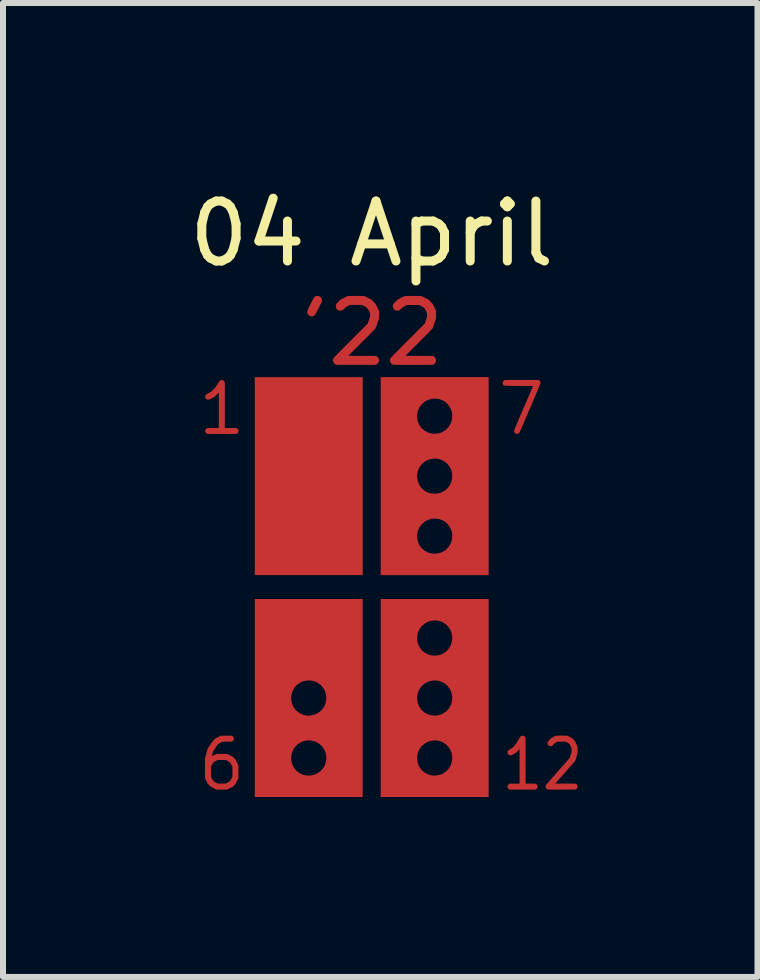
<source format=kicad_pcb>
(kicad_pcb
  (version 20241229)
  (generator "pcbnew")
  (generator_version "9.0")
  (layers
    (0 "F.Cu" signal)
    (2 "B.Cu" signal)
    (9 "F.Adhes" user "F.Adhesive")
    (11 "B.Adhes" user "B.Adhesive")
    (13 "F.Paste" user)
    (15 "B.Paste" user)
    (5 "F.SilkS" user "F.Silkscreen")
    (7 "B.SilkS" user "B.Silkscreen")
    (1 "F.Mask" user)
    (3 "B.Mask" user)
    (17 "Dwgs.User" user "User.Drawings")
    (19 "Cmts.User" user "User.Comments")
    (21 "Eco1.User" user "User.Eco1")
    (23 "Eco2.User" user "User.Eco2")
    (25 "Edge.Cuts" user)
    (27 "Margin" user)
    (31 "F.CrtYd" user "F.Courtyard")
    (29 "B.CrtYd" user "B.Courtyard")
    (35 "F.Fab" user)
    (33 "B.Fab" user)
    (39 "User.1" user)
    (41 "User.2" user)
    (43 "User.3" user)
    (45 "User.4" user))
  (footprint "04 April"
    (layer "F.Cu")
    (at 3.149 6.741)
    (property "Reference" "04 April" (at 0 -5.893 0) (unlocked yes) (layer "F.SilkS") (effects (font (size 1 1) (thickness 0.15))))
    (attr smd)
    (pad "1" smd custom (at -2.718 2.996) (size 0.01 0.01) (layers "F.Cu" "F.Mask" "F.Paste") (options (anchor circle)) (primitives (gr_poly (pts (xy 0.312 -0.518) (xy 0.329 -0.518) (xy 0.342 -0.518) (xy 0.354 -0.518) (xy 0.363 -0.517) (xy 0.37 -0.517) (xy 0.376 -0.517) (xy 0.38 -0.517) (xy 0.383 -0.516) (xy 0.385 -0.516) (xy 0.387 -0.515) (xy 0.389 -0.515) (xy 0.39 -0.514) (xy 0.399 -0.508) (xy 0.408 -0.5) (xy 0.414 -0.49) (xy 0.415 -0.489) (xy 0.417 -0.484) (xy 0.418 -0.479) (xy 0.419 -0.472) (xy 0.419 -0.468) (xy 0.418 -0.46) (xy 0.418 -0.454) (xy 0.416 -0.449) (xy 0.415 -0.447) (xy 0.408 -0.437) (xy 0.4 -0.429) (xy 0.391 -0.423) (xy 0.39 -0.422) (xy 0.388 -0.421) (xy 0.386 -0.421) (xy 0.384 -0.42) (xy 0.381 -0.42) (xy 0.376 -0.419) (xy 0.371 -0.419) (xy 0.364 -0.419) (xy 0.355 -0.418) (xy 0.344 -0.418) (xy 0.33 -0.418) (xy 0.313 -0.418) (xy 0.305 -0.418) (xy 0.227 -0.417) (xy 0.199 -0.403) (xy 0.189 -0.398) (xy 0.182 -0.394) (xy 0.176 -0.39) (xy 0.171 -0.387) (xy 0.167 -0.383) (xy 0.162 -0.379) (xy 0.157 -0.374) (xy 0.155 -0.372) (xy 0.15 -0.367) (xy 0.145 -0.362) (xy 0.141 -0.356) (xy 0.135 -0.349) (xy 0.129 -0.341) (xy 0.122 -0.331) (xy 0.114 -0.319) (xy 0.106 -0.306) (xy 0.072 -0.257) (xy 0.063 -0.219) (xy 0.06 -0.208) (xy 0.057 -0.198) (xy 0.055 -0.19) (xy 0.054 -0.184) (xy 0.053 -0.18) (xy 0.053 -0.179) (xy 0.054 -0.179) (xy 0.058 -0.18) (xy 0.064 -0.183) (xy 0.072 -0.187) (xy 0.081 -0.191) (xy 0.09 -0.195) (xy 0.128 -0.214) (xy 0.307 -0.214) (xy 0.399 -0.168) (xy 0.424 -0.143) (xy 0.449 -0.118) (xy 0.472 -0.072) (xy 0.495 -0.026) (xy 0.495 0.193) (xy 0.472 0.239) (xy 0.449 0.285) (xy 0.424 0.31) (xy 0.399 0.335) (xy 0.353 0.358) (xy 0.307 0.381) (xy 0.22 0.381) (xy 0.199 0.381) (xy 0.182 0.381) (xy 0.168 0.381) (xy 0.156 0.381) (xy 0.146 0.381) (xy 0.138 0.38) (xy 0.133 0.38) (xy 0.129 0.38) (xy 0.127 0.379) (xy 0.126 0.379) (xy 0.123 0.378) (xy 0.118 0.375) (xy 0.11 0.372) (xy 0.1 0.367) (xy 0.09 0.362) (xy 0.079 0.356) (xy 0.077 0.355) (xy 0.034 0.334) (xy 0.009 0.309) (xy -0.017 0.284) (xy -0.039 0.238) (xy -0.062 0.193) (xy -0.062 0.167) (xy 0.038 0.167) (xy 0.053 0.196) (xy 0.058 0.206) (xy 0.062 0.214) (xy 0.065 0.22) (xy 0.069 0.225) (xy 0.072 0.229) (xy 0.076 0.233) (xy 0.08 0.238) (xy 0.08 0.238) (xy 0.085 0.243) (xy 0.089 0.246) (xy 0.094 0.25) (xy 0.099 0.253) (xy 0.106 0.257) (xy 0.114 0.261) (xy 0.123 0.266) (xy 0.153 0.281) (xy 0.217 0.281) (xy 0.281 0.281) (xy 0.309 0.267) (xy 0.319 0.261) (xy 0.327 0.257) (xy 0.333 0.254) (xy 0.338 0.251) (xy 0.343 0.247) (xy 0.347 0.243) (xy 0.351 0.239) (xy 0.356 0.234) (xy 0.36 0.23) (xy 0.363 0.226) (xy 0.367 0.221) (xy 0.37 0.216) (xy 0.374 0.208) (xy 0.379 0.198) (xy 0.38 0.196) (xy 0.395 0.167) (xy 0.395 0) (xy 0.38 -0.029) (xy 0.375 -0.039) (xy 0.371 -0.047) (xy 0.367 -0.053) (xy 0.364 -0.058) (xy 0.361 -0.062) (xy 0.357 -0.066) (xy 0.353 -0.071) (xy 0.351 -0.072) (xy 0.346 -0.077) (xy 0.342 -0.081) (xy 0.337 -0.084) (xy 0.332 -0.088) (xy 0.326 -0.091) (xy 0.318 -0.095) (xy 0.309 -0.1) (xy 0.281 -0.114) (xy 0.154 -0.114) (xy 0.123 -0.099) (xy 0.113 -0.094) (xy 0.105 -0.089) (xy 0.099 -0.086) (xy 0.093 -0.083) (xy 0.089 -0.079) (xy 0.085 -0.076) (xy 0.08 -0.071) (xy 0.076 -0.067) (xy 0.072 -0.063) (xy 0.069 -0.059) (xy 0.066 -0.054) (xy 0.062 -0.048) (xy 0.058 -0.04) (xy 0.053 -0.03) (xy 0.053 -0.029) (xy 0.038 0) (xy 0.038 0.167) (xy -0.062 0.167) (xy -0.062 0.031) (xy -0.063 -0.132) (xy -0.042 -0.215) (xy -0.038 -0.231) (xy -0.034 -0.246) (xy -0.03 -0.261) (xy -0.027 -0.273) (xy -0.024 -0.284) (xy -0.022 -0.293) (xy -0.02 -0.299) (xy -0.019 -0.302) (xy -0.018 -0.303) (xy -0.017 -0.305) (xy -0.014 -0.31) (xy -0.009 -0.316) (xy -0.003 -0.325) (xy 0.003 -0.335) (xy 0.011 -0.347) (xy 0.019 -0.359) (xy 0.025 -0.367) (xy 0.034 -0.381) (xy 0.043 -0.393) (xy 0.049 -0.403) (xy 0.055 -0.411) (xy 0.06 -0.418) (xy 0.064 -0.423) (xy 0.069 -0.428) (xy 0.073 -0.433) (xy 0.077 -0.438) (xy 0.082 -0.442) (xy 0.087 -0.448) (xy 0.088 -0.449) (xy 0.111 -0.472) (xy 0.157 -0.495) (xy 0.203 -0.518) (xy 0.293 -0.518)) (width 0) (fill yes))))
    (pad "1" smd custom (at -2.515 -2.794) (size 0.01 0.01) (layers "F.Cu" "F.Mask" "F.Paste") (options (anchor circle)) (primitives (gr_poly (pts (xy 0.025 -0.658) (xy 0.037 -0.654) (xy 0.047 -0.647) (xy 0.055 -0.639) (xy 0.061 -0.629) (xy 0.065 -0.622) (xy 0.065 0.14) (xy 0.161 0.141) (xy 0.182 0.141) (xy 0.199 0.141) (xy 0.213 0.141) (xy 0.225 0.141) (xy 0.235 0.141) (xy 0.243 0.142) (xy 0.249 0.142) (xy 0.253 0.142) (xy 0.257 0.143) (xy 0.26 0.143) (xy 0.262 0.144) (xy 0.264 0.144) (xy 0.265 0.145) (xy 0.275 0.151) (xy 0.283 0.159) (xy 0.289 0.169) (xy 0.29 0.17) (xy 0.292 0.175) (xy 0.293 0.18) (xy 0.294 0.187) (xy 0.294 0.191) (xy 0.294 0.199) (xy 0.293 0.205) (xy 0.291 0.21) (xy 0.29 0.212) (xy 0.283 0.222) (xy 0.275 0.23) (xy 0.266 0.236) (xy 0.265 0.237) (xy 0.257 0.24) (xy 0.018 0.241) (xy -0.014 0.241) (xy -0.044 0.241) (xy -0.071 0.241) (xy -0.095 0.241) (xy -0.116 0.241) (xy -0.135 0.241) (xy -0.152 0.241) (xy -0.166 0.241) (xy -0.178 0.241) (xy -0.189 0.241) (xy -0.198 0.24) (xy -0.205 0.24) (xy -0.211 0.24) (xy -0.216 0.24) (xy -0.22 0.24) (xy -0.223 0.239) (xy -0.225 0.239) (xy -0.227 0.239) (xy -0.228 0.238) (xy -0.229 0.238) (xy -0.24 0.233) (xy -0.249 0.225) (xy -0.255 0.216) (xy -0.26 0.206) (xy -0.262 0.196) (xy -0.262 0.185) (xy -0.259 0.174) (xy -0.255 0.164) (xy -0.248 0.155) (xy -0.238 0.148) (xy -0.233 0.145) (xy -0.231 0.144) (xy -0.23 0.144) (xy -0.228 0.143) (xy -0.225 0.143) (xy -0.221 0.142) (xy -0.217 0.142) (xy -0.21 0.142) (xy -0.202 0.141) (xy -0.193 0.141) (xy -0.181 0.141) (xy -0.166 0.141) (xy -0.149 0.141) (xy -0.13 0.141) (xy -0.035 0.14) (xy -0.035 -0.449) (xy -0.071 -0.413) (xy -0.107 -0.377) (xy -0.198 -0.332) (xy -0.212 -0.332) (xy -0.22 -0.332) (xy -0.226 -0.333) (xy -0.231 -0.334) (xy -0.234 -0.336) (xy -0.244 -0.343) (xy -0.253 -0.352) (xy -0.258 -0.36) (xy -0.261 -0.369) (xy -0.262 -0.379) (xy -0.261 -0.39) (xy -0.259 -0.399) (xy -0.258 -0.402) (xy -0.256 -0.407) (xy -0.253 -0.411) (xy -0.249 -0.415) (xy -0.244 -0.419) (xy -0.238 -0.424) (xy -0.229 -0.428) (xy -0.219 -0.434) (xy -0.206 -0.441) (xy -0.204 -0.442) (xy -0.166 -0.461) (xy -0.131 -0.497) (xy -0.095 -0.533) (xy -0.058 -0.588) (xy -0.048 -0.603) (xy -0.04 -0.616) (xy -0.033 -0.626) (xy -0.027 -0.634) (xy -0.022 -0.64) (xy -0.018 -0.645) (xy -0.014 -0.649) (xy -0.011 -0.652) (xy -0.007 -0.654) (xy -0.003 -0.655) (xy 0.001 -0.657) (xy 0.001 -0.657) (xy 0.013 -0.659)) (width 0) (fill yes))))
    (pad "1" smd custom (at -1.651 3.192) (size 0.2 0.2) (layers "F.Cu" "F.Mask" "F.Paste") (options (anchor circle)) (primitives (gr_poly (pts (xy -0.299 -2.993) (xy 1.501 -2.993) (xy 1.501 -1.342) (xy 0.895 -1.342) (xy 0.886 -1.416) (xy 0.861 -1.482) (xy 0.822 -1.539) (xy 0.771 -1.584) (xy 0.712 -1.616) (xy 0.645 -1.633) (xy 0.575 -1.635) (xy 0.503 -1.619) (xy 0.476 -1.608) (xy 0.414 -1.57) (xy 0.366 -1.52) (xy 0.332 -1.46) (xy 0.312 -1.395) (xy 0.307 -1.327) (xy 0.318 -1.259) (xy 0.345 -1.194) (xy 0.389 -1.137) (xy 0.392 -1.133) (xy 0.45 -1.088) (xy 0.514 -1.06) (xy 0.58 -1.048) (xy 0.645 -1.052) (xy 0.709 -1.069) (xy 0.767 -1.1) (xy 0.817 -1.143) (xy 0.857 -1.197) (xy 0.883 -1.26) (xy 0.895 -1.333) (xy 0.895 -1.342) (xy 1.501 -1.342) (xy 1.501 -0.342) (xy 0.895 -0.342) (xy 0.886 -0.416) (xy 0.861 -0.482) (xy 0.822 -0.538) (xy 0.771 -0.583) (xy 0.712 -0.615) (xy 0.645 -0.633) (xy 0.575 -0.635) (xy 0.503 -0.619) (xy 0.476 -0.608) (xy 0.414 -0.57) (xy 0.366 -0.519) (xy 0.332 -0.46) (xy 0.312 -0.394) (xy 0.307 -0.326) (xy 0.318 -0.258) (xy 0.345 -0.194) (xy 0.389 -0.136) (xy 0.392 -0.133) (xy 0.45 -0.087) (xy 0.514 -0.059) (xy 0.58 -0.048) (xy 0.645 -0.051) (xy 0.709 -0.069) (xy 0.767 -0.1) (xy 0.817 -0.143) (xy 0.857 -0.196) (xy 0.883 -0.26) (xy 0.895 -0.332) (xy 0.895 -0.342) (xy 1.501 -0.342) (xy 1.501 0.309) (xy -0.299 0.309)) (width 0) (fill yes))))
    (pad "1" smd custom (at -1.448 -0.432) (size 0.01 0.01) (layers "F.Cu" "F.Mask" "F.Paste") (options (anchor circle)) (primitives (gr_poly (pts (xy 1.298 0.232) (xy -0.502 0.232) (xy -0.502 -3.069) (xy 1.298 -3.069)) (width 0) (fill yes))))
    (pad "1" smd custom (at -0.914 -4.75) (size 0.01 0.01) (layers "F.Cu" "F.Mask" "F.Paste") (options (anchor circle)) (primitives (gr_poly (pts (xy 0.028 -0.104) (xy 0.043 -0.099) (xy 0.057 -0.09) (xy 0.063 -0.085) (xy 0.074 -0.071) (xy 0.08 -0.057) (xy 0.083 -0.04) (xy 0.084 -0.031) (xy 0.084 -0.012) (xy 0.03 0.095) (xy 0.017 0.122) (xy 0.005 0.144) (xy -0.004 0.163) (xy -0.013 0.178) (xy -0.02 0.191) (xy -0.026 0.201) (xy -0.031 0.208) (xy -0.036 0.214) (xy -0.04 0.219) (xy -0.045 0.222) (xy -0.05 0.225) (xy -0.055 0.228) (xy -0.056 0.228) (xy -0.068 0.232) (xy -0.082 0.234) (xy -0.097 0.234) (xy -0.109 0.231) (xy -0.109 0.231) (xy -0.126 0.223) (xy -0.14 0.212) (xy -0.151 0.197) (xy -0.159 0.181) (xy -0.162 0.163) (xy -0.162 0.152) (xy -0.16 0.146) (xy -0.157 0.137) (xy -0.151 0.124) (xy -0.144 0.109) (xy -0.136 0.091) (xy -0.127 0.072) (xy -0.117 0.052) (xy -0.107 0.031) (xy -0.097 0.011) (xy -0.086 -0.009) (xy -0.077 -0.028) (xy -0.067 -0.045) (xy -0.059 -0.06) (xy -0.052 -0.072) (xy -0.047 -0.08) (xy -0.043 -0.085) (xy -0.031 -0.095) (xy -0.018 -0.102) (xy -0.003 -0.105) (xy 0.01 -0.106)) (width 0) (fill yes))))
    (pad "1" smd custom (at 0.076 -4.572) (size 0.01 0.01) (layers "F.Cu" "F.Mask" "F.Paste") (options (anchor circle)) (primitives (gr_poly (pts (xy -0.263 -0.284) (xy -0.244 -0.284) (xy -0.229 -0.284) (xy -0.218 -0.283) (xy -0.209 -0.283) (xy -0.203 -0.282) (xy -0.199 -0.282) (xy -0.199 -0.282) (xy -0.194 -0.28) (xy -0.185 -0.276) (xy -0.173 -0.27) (xy -0.16 -0.263) (xy -0.145 -0.256) (xy -0.136 -0.251) (xy -0.083 -0.224) (xy -0.014 -0.155) (xy 0.014 -0.102) (xy 0.021 -0.086) (xy 0.029 -0.072) (xy 0.035 -0.059) (xy 0.04 -0.048) (xy 0.043 -0.041) (xy 0.044 -0.039) (xy 0.045 -0.033) (xy 0.046 -0.025) (xy 0.046 -0.014) (xy 0.047 0.001) (xy 0.047 0.021) (xy 0.046 0.033) (xy 0.046 0.095) (xy 0.02 0.168) (xy 0.014 0.187) (xy 0.008 0.204) (xy 0.002 0.22) (xy -0.003 0.233) (xy -0.006 0.243) (xy -0.009 0.25) (xy -0.009 0.251) (xy -0.011 0.254) (xy -0.014 0.258) (xy -0.02 0.264) (xy -0.027 0.272) (xy -0.037 0.283) (xy -0.05 0.296) (xy -0.064 0.311) (xy -0.082 0.329) (xy -0.102 0.35) (xy -0.125 0.373) (xy -0.152 0.399) (xy -0.181 0.429) (xy -0.214 0.462) (xy -0.24 0.488) (xy -0.466 0.715) (xy -0.237 0.716) (xy -0.199 0.716) (xy -0.165 0.716) (xy -0.135 0.716) (xy -0.109 0.716) (xy -0.087 0.716) (xy -0.068 0.716) (xy -0.052 0.716) (xy -0.039 0.717) (xy -0.029 0.717) (xy -0.021 0.717) (xy -0.014 0.718) (xy -0.009 0.718) (xy -0.006 0.719) (xy -0.003 0.719) (xy -0.000429 0.72) (xy 0.002 0.721) (xy 0.003 0.722) (xy 0.017 0.73) (xy 0.029 0.743) (xy 0.039 0.757) (xy 0.04 0.758) (xy 0.043 0.766) (xy 0.045 0.775) (xy 0.046 0.785) (xy 0.046 0.79) (xy 0.045 0.802) (xy 0.044 0.811) (xy 0.041 0.819) (xy 0.04 0.822) (xy 0.03 0.837) (xy 0.018 0.85) (xy 0.004 0.859) (xy 0.003 0.859) (xy -0.009 0.865) (xy -0.334 0.865) (xy -0.381 0.865) (xy -0.423 0.865) (xy -0.461 0.865) (xy -0.495 0.865) (xy -0.524 0.865) (xy -0.55 0.865) (xy -0.573 0.865) (xy -0.592 0.865) (xy -0.609 0.865) (xy -0.623 0.865) (xy -0.635 0.865) (xy -0.644 0.864) (xy -0.652 0.864) (xy -0.658 0.864) (xy -0.662 0.863) (xy -0.666 0.863) (xy -0.669 0.862) (xy -0.671 0.862) (xy -0.672 0.861) (xy -0.689 0.853) (xy -0.702 0.842) (xy -0.713 0.827) (xy -0.719 0.811) (xy -0.722 0.793) (xy -0.721 0.775) (xy -0.715 0.758) (xy -0.714 0.756) (xy -0.712 0.753) (xy -0.708 0.748) (xy -0.703 0.743) (xy -0.697 0.736) (xy -0.689 0.727) (xy -0.679 0.717) (xy -0.667 0.704) (xy -0.653 0.69) (xy -0.637 0.674) (xy -0.618 0.655) (xy -0.597 0.633) (xy -0.573 0.609) (xy -0.547 0.582) (xy -0.517 0.553) (xy -0.484 0.52) (xy -0.448 0.484) (xy -0.426 0.461) (xy -0.142 0.177) (xy -0.104 0.063) (xy -0.104 0.032) (xy -0.104 0.001) (xy -0.12 -0.031) (xy -0.128 -0.045) (xy -0.134 -0.057) (xy -0.141 -0.066) (xy -0.148 -0.074) (xy -0.154 -0.081) (xy -0.162 -0.089) (xy -0.17 -0.095) (xy -0.178 -0.101) (xy -0.187 -0.107) (xy -0.2 -0.114) (xy -0.205 -0.116) (xy -0.239 -0.134) (xy -0.438 -0.134) (xy -0.471 -0.117) (xy -0.484 -0.111) (xy -0.494 -0.105) (xy -0.503 -0.099) (xy -0.511 -0.093) (xy -0.52 -0.085) (xy -0.53 -0.075) (xy -0.544 -0.062) (xy -0.555 -0.053) (xy -0.564 -0.046) (xy -0.574 -0.042) (xy -0.583 -0.04) (xy -0.594 -0.039) (xy -0.6 -0.038) (xy -0.618 -0.04) (xy -0.633 -0.045) (xy -0.647 -0.054) (xy -0.653 -0.059) (xy -0.664 -0.073) (xy -0.671 -0.087) (xy -0.674 -0.104) (xy -0.674 -0.113) (xy -0.674 -0.123) (xy -0.673 -0.133) (xy -0.67 -0.141) (xy -0.666 -0.149) (xy -0.659 -0.158) (xy -0.65 -0.169) (xy -0.638 -0.181) (xy -0.629 -0.191) (xy -0.595 -0.224) (xy -0.536 -0.254) (xy -0.476 -0.283) (xy -0.343 -0.284) (xy -0.312 -0.284) (xy -0.285 -0.284)) (width 0) (fill yes))))
    (pad "1" smd custom (at 0.381 -1.524) (size 0.2 0.2) (layers "F.Cu" "F.Mask" "F.Paste") (options (anchor circle)) (primitives (gr_poly (pts (xy 1.569 1.325) (xy -0.231 1.325) (xy -0.231 0.674) (xy 0.375 0.674) (xy 0.384 0.749) (xy 0.409 0.815) (xy 0.448 0.871) (xy 0.499 0.916) (xy 0.558 0.948) (xy 0.625 0.966) (xy 0.695 0.967) (xy 0.767 0.951) (xy 0.794 0.941) (xy 0.856 0.902) (xy 0.904 0.852) (xy 0.938 0.793) (xy 0.958 0.727) (xy 0.963 0.659) (xy 0.952 0.591) (xy 0.925 0.527) (xy 0.881 0.469) (xy 0.878 0.466) (xy 0.82 0.42) (xy 0.756 0.392) (xy 0.69 0.381) (xy 0.625 0.384) (xy 0.561 0.402) (xy 0.503 0.433) (xy 0.453 0.475) (xy 0.413 0.529) (xy 0.387 0.593) (xy 0.375 0.665) (xy 0.375 0.674) (xy -0.231 0.674) (xy -0.231 -0.326) (xy 0.375 -0.326) (xy 0.384 -0.252) (xy 0.409 -0.186) (xy 0.448 -0.129) (xy 0.499 -0.084) (xy 0.558 -0.052) (xy 0.625 -0.035) (xy 0.695 -0.033) (xy 0.767 -0.049) (xy 0.794 -0.06) (xy 0.856 -0.098) (xy 0.904 -0.148) (xy 0.938 -0.208) (xy 0.958 -0.273) (xy 0.963 -0.341) (xy 0.952 -0.409) (xy 0.925 -0.474) (xy 0.881 -0.531) (xy 0.878 -0.535) (xy 0.82 -0.58) (xy 0.756 -0.608) (xy 0.69 -0.62) (xy 0.625 -0.616) (xy 0.561 -0.599) (xy 0.503 -0.568) (xy 0.453 -0.525) (xy 0.413 -0.471) (xy 0.387 -0.408) (xy 0.375 -0.335) (xy 0.375 -0.326) (xy -0.231 -0.326) (xy -0.231 -1.326) (xy 0.375 -1.326) (xy 0.384 -1.252) (xy 0.409 -1.186) (xy 0.448 -1.13) (xy 0.499 -1.085) (xy 0.558 -1.053) (xy 0.625 -1.035) (xy 0.695 -1.033) (xy 0.767 -1.049) (xy 0.794 -1.06) (xy 0.856 -1.098) (xy 0.904 -1.149) (xy 0.938 -1.208) (xy 0.958 -1.274) (xy 0.963 -1.342) (xy 0.952 -1.41) (xy 0.925 -1.474) (xy 0.881 -1.532) (xy 0.878 -1.535) (xy 0.82 -1.581) (xy 0.756 -1.609) (xy 0.69 -1.62) (xy 0.625 -1.617) (xy 0.561 -1.599) (xy 0.503 -1.568) (xy 0.453 -1.525) (xy 0.413 -1.472) (xy 0.387 -1.408) (xy 0.375 -1.336) (xy 0.375 -1.326) (xy -0.231 -1.326) (xy -0.231 -1.977) (xy 1.569 -1.977)) (width 0) (fill yes))))
    (pad "1" smd custom (at 0.381 1.016) (size 0.2 0.2) (layers "F.Cu" "F.Mask" "F.Paste") (options (anchor circle)) (primitives (gr_poly (pts (xy 1.569 2.485) (xy -0.231 2.485) (xy -0.231 1.834) (xy 0.375 1.834) (xy 0.384 1.909) (xy 0.409 1.975) (xy 0.448 2.031) (xy 0.499 2.076) (xy 0.558 2.108) (xy 0.625 2.126) (xy 0.695 2.127) (xy 0.767 2.111) (xy 0.794 2.101) (xy 0.856 2.062) (xy 0.904 2.012) (xy 0.938 1.953) (xy 0.958 1.887) (xy 0.963 1.819) (xy 0.952 1.751) (xy 0.925 1.687) (xy 0.881 1.629) (xy 0.878 1.626) (xy 0.82 1.58) (xy 0.756 1.552) (xy 0.69 1.541) (xy 0.625 1.544) (xy 0.561 1.562) (xy 0.503 1.593) (xy 0.453 1.635) (xy 0.413 1.689) (xy 0.387 1.753) (xy 0.375 1.825) (xy 0.375 1.834) (xy -0.231 1.834) (xy -0.231 0.834) (xy 0.375 0.834) (xy 0.384 0.908) (xy 0.409 0.974) (xy 0.448 1.031) (xy 0.499 1.076) (xy 0.558 1.108) (xy 0.625 1.125) (xy 0.695 1.127) (xy 0.767 1.111) (xy 0.794 1.1) (xy 0.856 1.062) (xy 0.904 1.012) (xy 0.938 0.952) (xy 0.958 0.887) (xy 0.963 0.819) (xy 0.952 0.751) (xy 0.925 0.686) (xy 0.881 0.629) (xy 0.878 0.625) (xy 0.82 0.58) (xy 0.756 0.552) (xy 0.69 0.54) (xy 0.625 0.544) (xy 0.561 0.561) (xy 0.503 0.592) (xy 0.453 0.635) (xy 0.413 0.689) (xy 0.387 0.752) (xy 0.375 0.825) (xy 0.375 0.834) (xy -0.231 0.834) (xy -0.231 -0.166) (xy 0.375 -0.166) (xy 0.384 -0.092) (xy 0.409 -0.026) (xy 0.448 0.03) (xy 0.499 0.075) (xy 0.558 0.107) (xy 0.625 0.125) (xy 0.695 0.127) (xy 0.767 0.111) (xy 0.794 0.1) (xy 0.856 0.062) (xy 0.904 0.011) (xy 0.938 -0.048) (xy 0.958 -0.114) (xy 0.963 -0.182) (xy 0.952 -0.25) (xy 0.925 -0.314) (xy 0.881 -0.372) (xy 0.878 -0.375) (xy 0.82 -0.421) (xy 0.756 -0.449) (xy 0.69 -0.46) (xy 0.625 -0.457) (xy 0.561 -0.439) (xy 0.503 -0.408) (xy 0.453 -0.365) (xy 0.413 -0.312) (xy 0.387 -0.248) (xy 0.375 -0.176) (xy 0.375 -0.166) (xy -0.231 -0.166) (xy -0.231 -0.817) (xy 1.569 -0.817)) (width 0) (fill yes))))
    (pad "1" smd custom (at 0.965 -4.724) (size 0.01 0.01) (layers "F.Cu" "F.Mask" "F.Paste") (options (anchor circle)) (primitives (gr_poly (pts (xy -0.308 -0.132) (xy -0.277 -0.132) (xy -0.272 -0.132) (xy -0.138 -0.131) (xy -0.079 -0.101) (xy -0.019 -0.072) (xy 0.015 -0.037) (xy 0.05 -0.002) (xy 0.078 0.055) (xy 0.107 0.113) (xy 0.108 0.177) (xy 0.108 0.241) (xy 0.082 0.321) (xy 0.076 0.34) (xy 0.069 0.358) (xy 0.064 0.375) (xy 0.059 0.388) (xy 0.055 0.399) (xy 0.053 0.406) (xy 0.052 0.408) (xy 0.05 0.411) (xy 0.044 0.417) (xy 0.036 0.426) (xy 0.024 0.438) (xy 0.01 0.452) (xy -0.006 0.469) (xy -0.025 0.488) (xy -0.046 0.509) (xy -0.069 0.532) (xy -0.093 0.557) (xy -0.118 0.582) (xy -0.145 0.609) (xy -0.173 0.637) (xy -0.177 0.642) (xy -0.403 0.867) (xy -0.175 0.868) (xy -0.136 0.868) (xy -0.102 0.868) (xy -0.073 0.868) (xy -0.047 0.868) (xy -0.025 0.869) (xy -0.006 0.869) (xy 0.009 0.869) (xy 0.022 0.869) (xy 0.032 0.869) (xy 0.041 0.87) (xy 0.047 0.87) (xy 0.052 0.871) (xy 0.056 0.871) (xy 0.058 0.872) (xy 0.061 0.873) (xy 0.063 0.873) (xy 0.064 0.874) (xy 0.078 0.883) (xy 0.091 0.895) (xy 0.1 0.91) (xy 0.101 0.911) (xy 0.105 0.925) (xy 0.107 0.941) (xy 0.106 0.957) (xy 0.102 0.972) (xy 0.101 0.975) (xy 0.091 0.989) (xy 0.079 1.002) (xy 0.065 1.011) (xy 0.064 1.012) (xy 0.052 1.017) (xy -0.273 1.018) (xy -0.32 1.018) (xy -0.362 1.018) (xy -0.4 1.018) (xy -0.433 1.018) (xy -0.463 1.018) (xy -0.489 1.018) (xy -0.512 1.018) (xy -0.531 1.018) (xy -0.548 1.017) (xy -0.562 1.017) (xy -0.573 1.017) (xy -0.583 1.017) (xy -0.591 1.017) (xy -0.597 1.016) (xy -0.601 1.016) (xy -0.605 1.015) (xy -0.608 1.015) (xy -0.61 1.014) (xy -0.611 1.014) (xy -0.627 1.006) (xy -0.641 0.994) (xy -0.651 0.98) (xy -0.658 0.963) (xy -0.661 0.946) (xy -0.66 0.928) (xy -0.654 0.91) (xy -0.652 0.908) (xy -0.65 0.904) (xy -0.645 0.899) (xy -0.639 0.892) (xy -0.631 0.884) (xy -0.621 0.873) (xy -0.609 0.861) (xy -0.595 0.846) (xy -0.578 0.829) (xy -0.559 0.81) (xy -0.538 0.788) (xy -0.513 0.763) (xy -0.486 0.736) (xy -0.455 0.705) (xy -0.422 0.671) (xy -0.385 0.634) (xy -0.364 0.614) (xy -0.08 0.329) (xy -0.061 0.274) (xy -0.043 0.218) (xy -0.043 0.152) (xy -0.059 0.12) (xy -0.069 0.1) (xy -0.079 0.084) (xy -0.09 0.071) (xy -0.102 0.06) (xy -0.116 0.05) (xy -0.134 0.04) (xy -0.142 0.036) (xy -0.176 0.019) (xy -0.376 0.019) (xy -0.41 0.036) (xy -0.424 0.044) (xy -0.435 0.049) (xy -0.443 0.055) (xy -0.451 0.061) (xy -0.46 0.069) (xy -0.47 0.078) (xy -0.47 0.078) (xy -0.483 0.091) (xy -0.494 0.1) (xy -0.504 0.107) (xy -0.514 0.111) (xy -0.524 0.113) (xy -0.536 0.114) (xy -0.539 0.114) (xy -0.557 0.112) (xy -0.572 0.107) (xy -0.586 0.099) (xy -0.592 0.093) (xy -0.603 0.08) (xy -0.61 0.065) (xy -0.613 0.049) (xy -0.613 0.04) (xy -0.613 0.03) (xy -0.611 0.021) (xy -0.609 0.012) (xy -0.604 0.004) (xy -0.598 -0.005) (xy -0.588 -0.015) (xy -0.576 -0.028) (xy -0.566 -0.038) (xy -0.531 -0.072) (xy -0.479 -0.099) (xy -0.463 -0.107) (xy -0.449 -0.114) (xy -0.436 -0.12) (xy -0.425 -0.125) (xy -0.418 -0.128) (xy -0.416 -0.129) (xy -0.412 -0.13) (xy -0.406 -0.13) (xy -0.398 -0.131) (xy -0.387 -0.131) (xy -0.373 -0.132) (xy -0.355 -0.132) (xy -0.333 -0.132)) (width 0) (fill yes))))
    (pad "1" smd custom (at 2.667 3.353) (size 0.01 0.01) (layers "F.Cu" "F.Mask" "F.Paste") (options (anchor circle)) (primitives (gr_poly (pts (xy -0.137 -0.873) (xy -0.126 -0.868) (xy -0.117 -0.862) (xy -0.109 -0.853) (xy -0.105 -0.846) (xy -0.101 -0.838) (xy -0.101 -0.457) (xy -0.1 -0.076) (xy 0.062 -0.075) (xy 0.071 -0.071) (xy 0.081 -0.064) (xy 0.09 -0.054) (xy 0.095 -0.047) (xy 0.097 -0.041) (xy 0.098 -0.036) (xy 0.099 -0.029) (xy 0.099 -0.025) (xy 0.099 -0.018) (xy 0.098 -0.012) (xy 0.096 -0.007) (xy 0.095 -0.004) (xy 0.088 0.007) (xy 0.078 0.015) (xy 0.071 0.02) (xy 0.062 0.024) (xy -0.149 0.024) (xy -0.181 0.024) (xy -0.21 0.024) (xy -0.236 0.024) (xy -0.259 0.024) (xy -0.279 0.024) (xy -0.297 0.024) (xy -0.312 0.024) (xy -0.325 0.024) (xy -0.336 0.024) (xy -0.345 0.024) (xy -0.353 0.024) (xy -0.358 0.023) (xy -0.362 0.023) (xy -0.365 0.023) (xy -0.367 0.023) (xy -0.367 0.023) (xy -0.378 0.018) (xy -0.387 0.01) (xy -0.394 0.002) (xy -0.399 -0.008) (xy -0.402 -0.019) (xy -0.402 -0.03) (xy -0.4 -0.041) (xy -0.395 -0.051) (xy -0.388 -0.06) (xy -0.379 -0.068) (xy -0.373 -0.071) (xy -0.365 -0.075) (xy -0.283 -0.075) (xy -0.201 -0.076) (xy -0.201 -0.364) (xy -0.201 -0.395) (xy -0.201 -0.424) (xy -0.201 -0.453) (xy -0.201 -0.48) (xy -0.201 -0.506) (xy -0.201 -0.531) (xy -0.201 -0.553) (xy -0.201 -0.574) (xy -0.201 -0.593) (xy -0.201 -0.609) (xy -0.201 -0.623) (xy -0.201 -0.635) (xy -0.201 -0.643) (xy -0.202 -0.649) (xy -0.202 -0.652) (xy -0.202 -0.652) (xy -0.203 -0.651) (xy -0.206 -0.648) (xy -0.211 -0.643) (xy -0.216 -0.636) (xy -0.223 -0.628) (xy -0.226 -0.625) (xy -0.233 -0.617) (xy -0.239 -0.61) (xy -0.245 -0.604) (xy -0.25 -0.599) (xy -0.252 -0.596) (xy -0.253 -0.596) (xy -0.256 -0.593) (xy -0.262 -0.59) (xy -0.269 -0.586) (xy -0.278 -0.581) (xy -0.288 -0.575) (xy -0.298 -0.569) (xy -0.308 -0.564) (xy -0.317 -0.559) (xy -0.325 -0.555) (xy -0.332 -0.551) (xy -0.337 -0.549) (xy -0.338 -0.549) (xy -0.35 -0.547) (xy -0.361 -0.548) (xy -0.373 -0.551) (xy -0.383 -0.558) (xy -0.392 -0.566) (xy -0.398 -0.575) (xy -0.401 -0.585) (xy -0.402 -0.595) (xy -0.401 -0.606) (xy -0.399 -0.615) (xy -0.398 -0.618) (xy -0.395 -0.623) (xy -0.392 -0.627) (xy -0.387 -0.632) (xy -0.381 -0.636) (xy -0.374 -0.641) (xy -0.364 -0.647) (xy -0.352 -0.655) (xy -0.349 -0.656) (xy -0.316 -0.675) (xy -0.288 -0.708) (xy -0.259 -0.741) (xy -0.225 -0.799) (xy -0.216 -0.814) (xy -0.209 -0.826) (xy -0.202 -0.836) (xy -0.198 -0.844) (xy -0.193 -0.85) (xy -0.19 -0.855) (xy -0.187 -0.859) (xy -0.185 -0.861) (xy -0.183 -0.863) (xy -0.182 -0.864) (xy -0.172 -0.87) (xy -0.16 -0.874) (xy -0.149 -0.875)) (width 0) (fill yes))))
    (pad "1" smd custom (at 2.692 -3.251) (size 0.01 0.01) (layers "F.Cu" "F.Mask" "F.Paste") (options (anchor circle)) (primitives (gr_poly (pts (xy -0.139 -0.204) (xy -0.094 -0.204) (xy -0.055 -0.204) (xy -0.022 -0.204) (xy 0.006 -0.204) (xy 0.028 -0.204) (xy 0.047 -0.203) (xy 0.062 -0.203) (xy 0.073 -0.202) (xy 0.082 -0.202) (xy 0.088 -0.201) (xy 0.093 -0.2) (xy 0.096 -0.199) (xy 0.099 -0.198) (xy 0.099 -0.197) (xy 0.112 -0.187) (xy 0.121 -0.173) (xy 0.125 -0.157) (xy 0.125 -0.155) (xy 0.124 -0.15) (xy 0.12 -0.14) (xy 0.113 -0.123) (xy 0.104 -0.101) (xy 0.093 -0.075) (xy 0.08 -0.044) (xy 0.066 -0.01) (xy 0.05 0.028) (xy 0.033 0.068) (xy 0.015 0.111) (xy -0.004 0.155) (xy -0.023 0.201) (xy -0.043 0.247) (xy -0.063 0.293) (xy -0.082 0.339) (xy -0.102 0.384) (xy -0.12 0.428) (xy -0.138 0.47) (xy -0.155 0.509) (xy -0.171 0.546) (xy -0.186 0.579) (xy -0.198 0.608) (xy -0.209 0.632) (xy -0.218 0.652) (xy -0.224 0.666) (xy -0.228 0.674) (xy -0.229 0.676) (xy -0.238 0.685) (xy -0.251 0.692) (xy -0.266 0.696) (xy -0.27 0.696) (xy -0.28 0.694) (xy -0.292 0.69) (xy -0.293 0.689) (xy -0.306 0.679) (xy -0.315 0.664) (xy -0.319 0.648) (xy -0.319 0.646) (xy -0.318 0.641) (xy -0.313 0.63) (xy -0.306 0.612) (xy -0.297 0.589) (xy -0.286 0.561) (xy -0.272 0.529) (xy -0.256 0.492) (xy -0.239 0.451) (xy -0.22 0.406) (xy -0.2 0.359) (xy -0.178 0.308) (xy -0.16 0.266) (xy -0.001 -0.102) (xy -0.239 -0.104) (xy -0.288 -0.105) (xy -0.331 -0.105) (xy -0.367 -0.105) (xy -0.397 -0.106) (xy -0.422 -0.106) (xy -0.442 -0.107) (xy -0.458 -0.108) (xy -0.471 -0.109) (xy -0.48 -0.111) (xy -0.487 -0.113) (xy -0.492 -0.116) (xy -0.495 -0.119) (xy -0.498 -0.122) (xy -0.5 -0.127) (xy -0.502 -0.132) (xy -0.502 -0.132) (xy -0.507 -0.15) (xy -0.506 -0.168) (xy -0.498 -0.184) (xy -0.485 -0.196) (xy -0.482 -0.197) (xy -0.479 -0.199) (xy -0.476 -0.2) (xy -0.471 -0.201) (xy -0.465 -0.201) (xy -0.457 -0.202) (xy -0.446 -0.203) (xy -0.431 -0.203) (xy -0.413 -0.203) (xy -0.391 -0.204) (xy -0.364 -0.204) (xy -0.331 -0.204) (xy -0.293 -0.204) (xy -0.248 -0.204) (xy -0.197 -0.204) (xy -0.191 -0.204)) (width 0) (fill yes))))
    (pad "1" smd custom (at 3.277 3.327) (size 0.01 0.01) (layers "F.Cu" "F.Mask" "F.Paste") (options (anchor circle)) (primitives (gr_poly (pts (xy -0.089 -0.85) (xy -0.074 -0.85) (xy -0.06 -0.849) (xy -0.047 -0.849) (xy -0.035 -0.849) (xy -0.026 -0.849) (xy -0.019 -0.848) (xy -0.014 -0.848) (xy -0.014 -0.848) (xy -0.011 -0.847) (xy -0.005 -0.844) (xy 0.003 -0.84) (xy 0.012 -0.835) (xy 0.022 -0.829) (xy 0.032 -0.824) (xy 0.072 -0.801) (xy 0.091 -0.78) (xy 0.098 -0.772) (xy 0.104 -0.765) (xy 0.109 -0.759) (xy 0.113 -0.755) (xy 0.114 -0.752) (xy 0.116 -0.749) (xy 0.119 -0.744) (xy 0.123 -0.736) (xy 0.127 -0.727) (xy 0.132 -0.716) (xy 0.137 -0.705) (xy 0.138 -0.704) (xy 0.156 -0.661) (xy 0.157 -0.613) (xy 0.157 -0.565) (xy 0.139 -0.5) (xy 0.134 -0.483) (xy 0.13 -0.468) (xy 0.126 -0.456) (xy 0.123 -0.446) (xy 0.12 -0.439) (xy 0.118 -0.434) (xy 0.116 -0.43) (xy 0.116 -0.429) (xy 0.114 -0.427) (xy 0.111 -0.423) (xy 0.105 -0.416) (xy 0.098 -0.408) (xy 0.088 -0.397) (xy 0.078 -0.385) (xy 0.066 -0.371) (xy 0.052 -0.356) (xy 0.038 -0.339) (xy 0.022 -0.321) (xy 0.005 -0.302) (xy -0.012 -0.282) (xy -0.03 -0.261) (xy -0.049 -0.24) (xy -0.052 -0.236) (xy -0.216 -0.05) (xy -0.048 -0.05) (xy -0.021 -0.05) (xy 0.003 -0.05) (xy 0.025 -0.05) (xy 0.043 -0.05) (xy 0.059 -0.05) (xy 0.073 -0.05) (xy 0.084 -0.049) (xy 0.094 -0.049) (xy 0.102 -0.049) (xy 0.108 -0.049) (xy 0.113 -0.049) (xy 0.117 -0.048) (xy 0.12 -0.048) (xy 0.123 -0.048) (xy 0.124 -0.047) (xy 0.126 -0.047) (xy 0.127 -0.046) (xy 0.128 -0.046) (xy 0.137 -0.04) (xy 0.145 -0.032) (xy 0.152 -0.022) (xy 0.152 -0.021) (xy 0.155 -0.012) (xy 0.157 -0.001) (xy 0.156 0.01) (xy 0.153 0.019) (xy 0.152 0.021) (xy 0.146 0.031) (xy 0.138 0.039) (xy 0.128 0.046) (xy 0.128 0.046) (xy 0.12 0.049) (xy -0.108 0.05) (xy -0.141 0.05) (xy -0.171 0.05) (xy -0.197 0.05) (xy -0.221 0.05) (xy -0.242 0.05) (xy -0.261 0.05) (xy -0.277 0.05) (xy -0.292 0.05) (xy -0.304 0.05) (xy -0.314 0.049) (xy -0.322 0.049) (xy -0.329 0.049) (xy -0.334 0.049) (xy -0.338 0.049) (xy -0.341 0.048) (xy -0.342 0.048) (xy -0.343 0.048) (xy -0.354 0.043) (xy -0.363 0.035) (xy -0.371 0.026) (xy -0.376 0.015) (xy -0.378 0.003) (xy -0.378 -0.000019) (xy -0.377 -0.01) (xy -0.374 -0.02) (xy -0.369 -0.028) (xy -0.368 -0.029) (xy -0.367 -0.031) (xy -0.364 -0.035) (xy -0.358 -0.041) (xy -0.351 -0.049) (xy -0.342 -0.059) (xy -0.332 -0.071) (xy -0.32 -0.084) (xy -0.308 -0.099) (xy -0.293 -0.115) (xy -0.279 -0.132) (xy -0.263 -0.15) (xy -0.246 -0.169) (xy -0.229 -0.188) (xy -0.212 -0.208) (xy -0.194 -0.229) (xy -0.176 -0.249) (xy -0.158 -0.27) (xy -0.14 -0.29) (xy -0.122 -0.31) (xy -0.105 -0.33) (xy -0.088 -0.349) (xy -0.072 -0.368) (xy -0.056 -0.385) (xy -0.041 -0.402) (xy -0.028 -0.417) (xy -0.016 -0.431) (xy -0.005 -0.444) (xy 0.005 -0.455) (xy 0.013 -0.464) (xy 0.019 -0.471) (xy 0.024 -0.476) (xy 0.025 -0.477) (xy 0.027 -0.48) (xy 0.029 -0.485) (xy 0.031 -0.493) (xy 0.034 -0.503) (xy 0.038 -0.514) (xy 0.042 -0.527) (xy 0.042 -0.529) (xy 0.056 -0.578) (xy 0.056 -0.637) (xy 0.044 -0.666) (xy 0.039 -0.677) (xy 0.036 -0.685) (xy 0.032 -0.691) (xy 0.029 -0.696) (xy 0.026 -0.7) (xy 0.023 -0.704) (xy 0.019 -0.709) (xy 0.014 -0.714) (xy 0.01 -0.718) (xy 0.005 -0.722) (xy -0.001 -0.726) (xy -0.008 -0.73) (xy -0.017 -0.735) (xy -0.041 -0.749) (xy -0.18 -0.749) (xy -0.204 -0.735) (xy -0.213 -0.73) (xy -0.22 -0.726) (xy -0.225 -0.722) (xy -0.23 -0.719) (xy -0.234 -0.714) (xy -0.24 -0.708) (xy -0.245 -0.702) (xy -0.254 -0.693) (xy -0.262 -0.686) (xy -0.268 -0.68) (xy -0.275 -0.677) (xy -0.281 -0.675) (xy -0.289 -0.674) (xy -0.294 -0.674) (xy -0.307 -0.675) (xy -0.317 -0.678) (xy -0.326 -0.684) (xy -0.33 -0.688) (xy -0.337 -0.697) (xy -0.342 -0.707) (xy -0.344 -0.719) (xy -0.344 -0.723) (xy -0.344 -0.729) (xy -0.343 -0.735) (xy -0.341 -0.741) (xy -0.338 -0.747) (xy -0.333 -0.753) (xy -0.327 -0.761) (xy -0.319 -0.771) (xy -0.314 -0.777) (xy -0.292 -0.801) (xy -0.253 -0.824) (xy -0.242 -0.83) (xy -0.232 -0.835) (xy -0.223 -0.84) (xy -0.216 -0.844) (xy -0.21 -0.847) (xy -0.207 -0.848) (xy -0.204 -0.848) (xy -0.198 -0.849) (xy -0.189 -0.849) (xy -0.178 -0.849) (xy -0.166 -0.849) (xy -0.152 -0.85) (xy -0.137 -0.85) (xy -0.121 -0.85) (xy -0.105 -0.85)) (width 0) (fill yes)))))
  (gr_rect
    (start -3 -3)
    (end 9.583 13.242)
    (stroke (width 0.1) (type default))
    (fill no)
    (layer "Edge.Cuts")))
</source>
